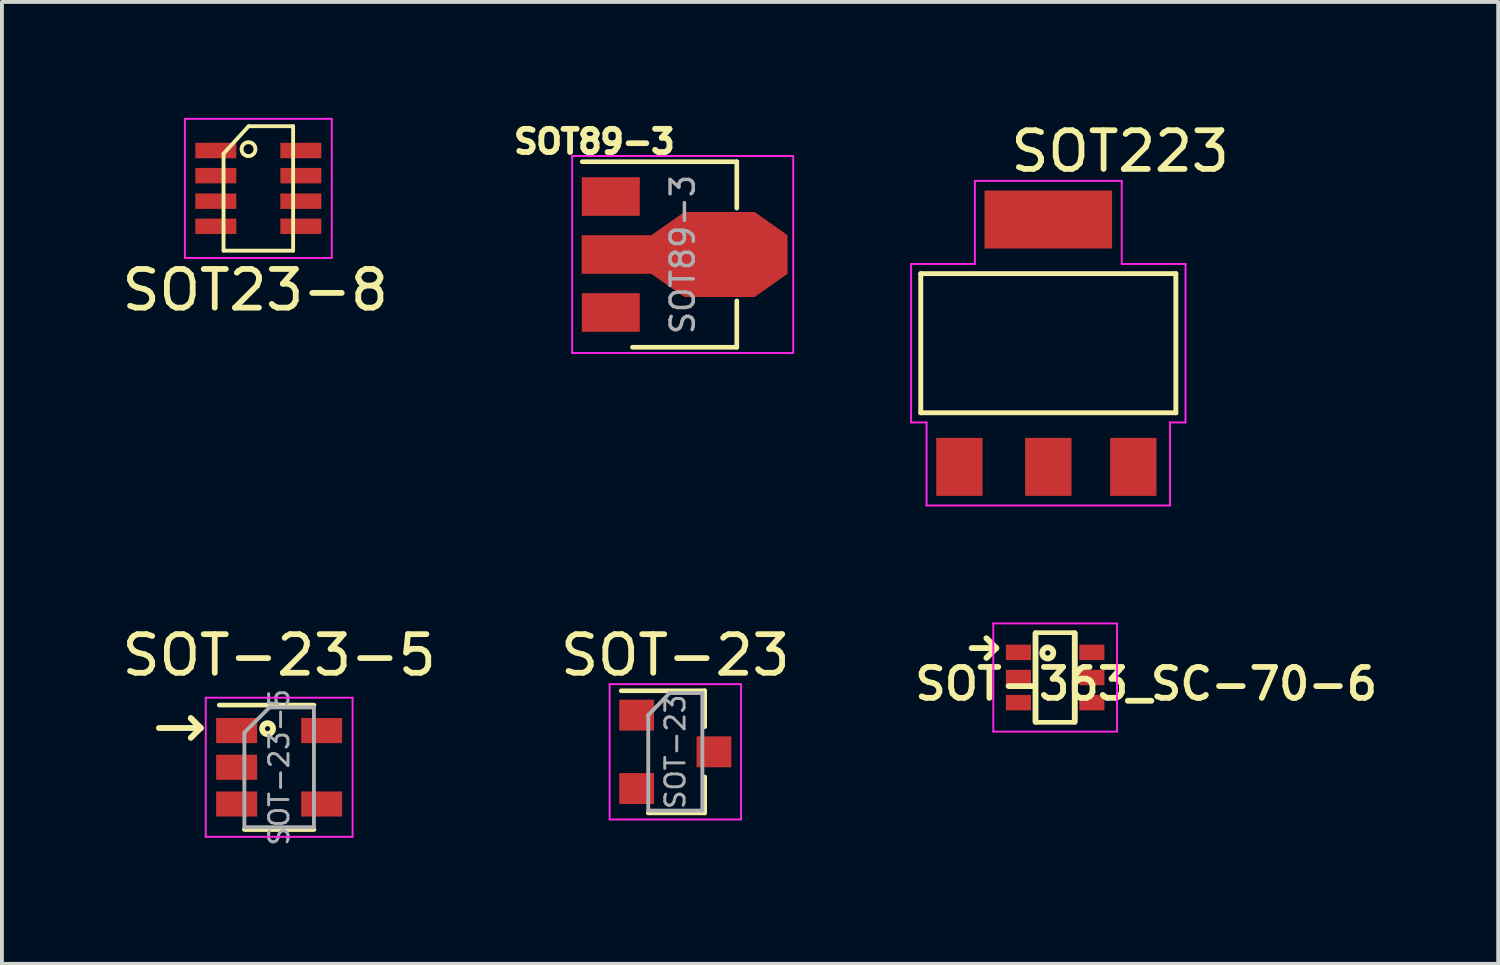
<source format=kicad_pcb>
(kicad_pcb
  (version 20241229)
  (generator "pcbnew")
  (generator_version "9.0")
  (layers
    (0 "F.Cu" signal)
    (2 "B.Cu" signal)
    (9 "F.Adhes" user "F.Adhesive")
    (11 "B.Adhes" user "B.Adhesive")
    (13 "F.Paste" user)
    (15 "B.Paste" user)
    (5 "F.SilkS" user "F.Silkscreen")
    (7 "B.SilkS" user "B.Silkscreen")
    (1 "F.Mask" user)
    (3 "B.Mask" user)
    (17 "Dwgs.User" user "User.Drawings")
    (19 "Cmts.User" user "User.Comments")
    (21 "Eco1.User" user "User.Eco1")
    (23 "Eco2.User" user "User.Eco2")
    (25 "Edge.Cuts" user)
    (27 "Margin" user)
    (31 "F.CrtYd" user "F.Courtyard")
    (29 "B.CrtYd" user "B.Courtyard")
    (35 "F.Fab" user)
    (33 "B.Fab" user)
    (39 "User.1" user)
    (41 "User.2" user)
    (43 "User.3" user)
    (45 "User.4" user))
  (footprint "SOT223"
    (layer "F.Cu")
    (at 24.074 5.83)
    (property "Reference" "SOT223" (at -1.05 -4.38 0) (layer "F.SilkS") (effects (font (size 1 1) (thickness 0.15)) (justify left bottom)))
    (attr through_hole)
    (fp_line (start -3.3 -1.8) (end -3.3 1.8) (stroke (width 0.127) (type solid)) (layer "F.SilkS"))
    (fp_line (start -3.3 1.8) (end 3.3 1.8) (stroke (width 0.127) (type solid)) (layer "F.SilkS"))
    (fp_line (start 3.3 -1.8) (end -3.3 -1.8) (stroke (width 0.127) (type solid)) (layer "F.SilkS"))
    (fp_line (start 3.3 1.8) (end 3.3 -1.8) (stroke (width 0.127) (type solid)) (layer "F.SilkS"))
    (fp_line (start -3.55 -2.05) (end -3.55 2.05) (stroke (width 0.05) (type solid)) (layer "F.CrtYd"))
    (fp_line (start -3.55 2.05) (end -3.15 2.05) (stroke (width 0.05) (type solid)) (layer "F.CrtYd"))
    (fp_line (start -3.15 2.05) (end -3.15 4.2) (stroke (width 0.05) (type solid)) (layer "F.CrtYd"))
    (fp_line (start -3.15 4.2) (end 3.15 4.2) (stroke (width 0.05) (type solid)) (layer "F.CrtYd"))
    (fp_line (start -1.9 -4.2) (end -1.9 -2.05) (stroke (width 0.05) (type solid)) (layer "F.CrtYd"))
    (fp_line (start -1.9 -2.05) (end -3.55 -2.05) (stroke (width 0.05) (type solid)) (layer "F.CrtYd"))
    (fp_line (start 1.9 -4.2) (end -1.9 -4.2) (stroke (width 0.05) (type solid)) (layer "F.CrtYd"))
    (fp_line (start 1.9 -2.05) (end 1.9 -4.2) (stroke (width 0.05) (type solid)) (layer "F.CrtYd"))
    (fp_line (start 3.15 2.05) (end 3.55 2.05) (stroke (width 0.05) (type solid)) (layer "F.CrtYd"))
    (fp_line (start 3.15 4.2) (end 3.15 2.05) (stroke (width 0.05) (type solid)) (layer "F.CrtYd"))
    (fp_line (start 3.55 -2.05) (end 1.9 -2.05) (stroke (width 0.05) (type solid)) (layer "F.CrtYd"))
    (fp_line (start 3.55 2.05) (end 3.55 -2.05) (stroke (width 0.05) (type solid)) (layer "F.CrtYd"))
    (pad "1" smd rect (at -2.3 3.2) (size 1.2 1.5) (layers "F.Cu" "F.Mask" "F.Paste"))
    (pad "2" smd rect (at 0 -3.2) (size 3.3 1.5) (layers "F.Cu" "F.Mask" "F.Paste"))
    (pad "2" smd rect (at 0 3.2) (size 1.2 1.5) (layers "F.Cu" "F.Mask" "F.Paste"))
    (pad "3" smd rect (at 2.2 3.2) (size 1.2 1.5) (layers "F.Cu" "F.Mask" "F.Paste")))
  (footprint "SOT23-8"
    (layer "F.Cu")
    (at 3.634 1.825)
    (property "Reference" "SOT23-8" (at -0.08 2.63 0) (layer "F.SilkS") (effects (font (size 1 1) (thickness 0.15))))
    (attr smd)
    (fp_line (start -0.9 -0.9) (end -0.9 1.61) (stroke (width 0.1) (type solid)) (layer "F.SilkS"))
    (fp_line (start -0.9 -0.9) (end -0.25 -1.61) (stroke (width 0.1) (type solid)) (layer "F.SilkS"))
    (fp_line (start -0.9 1.61) (end 0.9 1.61) (stroke (width 0.1) (type solid)) (layer "F.SilkS"))
    (fp_line (start 0.9 -1.61) (end -0.25 -1.61) (stroke (width 0.1) (type solid)) (layer "F.SilkS"))
    (fp_line (start 0.9 -1.61) (end 0.9 1.61) (stroke (width 0.1) (type solid)) (layer "F.SilkS"))
    (fp_circle (center -0.254 -1.016) (end -0.127 -0.889) (stroke (width 0.1) (type solid)) (fill no) (layer "F.SilkS"))
    (fp_line (start -1.9 -1.8) (end -1.9 1.8) (stroke (width 0.05) (type solid)) (layer "F.CrtYd"))
    (fp_line (start -1.9 1.8) (end 1.9 1.8) (stroke (width 0.05) (type solid)) (layer "F.CrtYd"))
    (fp_line (start 1.9 -1.8) (end -1.9 -1.8) (stroke (width 0.05) (type solid)) (layer "F.CrtYd"))
    (fp_line (start 1.9 1.8) (end 1.9 -1.8) (stroke (width 0.05) (type solid)) (layer "F.CrtYd"))
    (pad "1" smd rect (at -1.1 -0.98) (size 1.06 0.4) (layers "F.Cu" "F.Mask" "F.Paste"))
    (pad "2" smd rect (at -1.1 -0.33) (size 1.06 0.4) (layers "F.Cu" "F.Mask" "F.Paste"))
    (pad "3" smd rect (at -1.1 0.33) (size 1.06 0.4) (layers "F.Cu" "F.Mask" "F.Paste"))
    (pad "4" smd rect (at -1.1 0.98) (size 1.06 0.4) (layers "F.Cu" "F.Mask" "F.Paste"))
    (pad "5" smd rect (at 1.1 0.98) (size 1.06 0.4) (layers "F.Cu" "F.Mask" "F.Paste"))
    (pad "6" smd rect (at 1.1 0.33) (size 1.06 0.4) (layers "F.Cu" "F.Mask" "F.Paste"))
    (pad "7" smd rect (at 1.1 -0.33) (size 1.06 0.4) (layers "F.Cu" "F.Mask" "F.Paste"))
    (pad "8" smd rect (at 1.1 -0.98) (size 1.06 0.4) (layers "F.Cu" "F.Mask" "F.Paste")))
  (footprint "SOT89-3"
    (layer "F.Cu")
    (at 14.234 3.535)
    (property "Reference" "SOT89-3" (at -1.905 -2.921 180) (layer "F.SilkS") (effects (font (size 0.6 0.6) (thickness 0.15))))
    (attr smd)
    (fp_line (start -2.22 -2.4) (end 1.78 -2.4) (stroke (width 0.12) (type solid)) (layer "F.SilkS"))
    (fp_line (start 1.78 -2.4) (end 1.78 -1.2) (stroke (width 0.12) (type solid)) (layer "F.SilkS"))
    (fp_line (start 1.78 1.2) (end 1.78 2.4) (stroke (width 0.12) (type solid)) (layer "F.SilkS"))
    (fp_line (start 1.78 2.4) (end -0.92 2.4) (stroke (width 0.12) (type solid)) (layer "F.SilkS"))
    (fp_line (start -2.48 2.55) (end -2.48 -2.55) (stroke (width 0.05) (type solid)) (layer "F.CrtYd"))
    (fp_line (start -2.48 2.55) (end 3.24 2.55) (stroke (width 0.05) (type solid)) (layer "F.CrtYd"))
    (fp_line (start 3.24 -2.55) (end -2.48 -2.55) (stroke (width 0.05) (type solid)) (layer "F.CrtYd"))
    (fp_line (start 3.24 -2.55) (end 3.24 2.55) (stroke (width 0.05) (type solid)) (layer "F.CrtYd"))
    (fp_text user "${REFERENCE}" (at 0.38 0 90) (layer "F.Fab") (effects (font (size 0.6 0.6) (thickness 0.09))))
    (pad "1" smd rect (at -1.48 -1.5 270) (size 1 1.5) (layers "F.Cu" "F.Mask" "F.Paste"))
    (pad "2" smd rect (at -1.333 0 270) (size 1 1.8) (layers "F.Cu" "F.Mask" "F.Paste"))
    (pad "2" smd trapezoid (at -0.076 0 90) (size 1.5 1) (rect_delta 0 0.7) (layers "F.Cu" "F.Mask" "F.Paste"))
    (pad "2" smd rect (at 1.333 0 270) (size 2.2 1.84) (layers "F.Cu" "F.Mask" "F.Paste"))
    (pad "2" smd trapezoid (at 2.667 0 270) (size 1.6 0.85) (rect_delta 0 0.6) (layers "F.Cu" "F.Mask" "F.Paste"))
    (pad "3" smd rect (at -1.48 1.5 270) (size 1 1.5) (layers "F.Cu" "F.Mask" "F.Paste")))
  (footprint "SOT-23-5"
    (layer "F.Cu")
    (at 4.173 16.803)
    (property "Reference" "SOT-23-5" (at 0 -2.9 0) (layer "F.SilkS") (effects (font (size 1 1) (thickness 0.15))))
    (attr smd)
    (fp_line (start -3.111 -1.016) (end -2.032 -1.016) (stroke (width 0.152) (type solid)) (layer "F.SilkS"))
    (fp_line (start -2.286 -1.27) (end -2.032 -1.016) (stroke (width 0.152) (type solid)) (layer "F.SilkS"))
    (fp_line (start -2.032 -1.016) (end -2.286 -1.27) (stroke (width 0.152) (type solid)) (layer "F.SilkS"))
    (fp_line (start -2.032 -1.016) (end -2.286 -0.762) (stroke (width 0.152) (type solid)) (layer "F.SilkS"))
    (fp_line (start -0.9 1.61) (end 0.9 1.61) (stroke (width 0.12) (type solid)) (layer "F.SilkS"))
    (fp_line (start 0.9 -1.61) (end -1.55 -1.61) (stroke (width 0.12) (type solid)) (layer "F.SilkS"))
    (fp_circle (center -0.3 -1) (end -0.2 -0.9) (stroke (width 0.152) (type solid)) (fill no) (layer "F.SilkS"))
    (fp_line (start -1.9 -1.8) (end 1.9 -1.8) (stroke (width 0.05) (type solid)) (layer "F.CrtYd"))
    (fp_line (start -1.9 1.8) (end -1.9 -1.8) (stroke (width 0.05) (type solid)) (layer "F.CrtYd"))
    (fp_line (start 1.9 -1.8) (end 1.9 1.8) (stroke (width 0.05) (type solid)) (layer "F.CrtYd"))
    (fp_line (start 1.9 1.8) (end -1.9 1.8) (stroke (width 0.05) (type solid)) (layer "F.CrtYd"))
    (fp_line (start -0.9 -0.9) (end -0.9 1.55) (stroke (width 0.1) (type solid)) (layer "F.Fab"))
    (fp_line (start -0.9 -0.9) (end -0.25 -1.55) (stroke (width 0.1) (type solid)) (layer "F.Fab"))
    (fp_line (start 0.9 -1.55) (end -0.25 -1.55) (stroke (width 0.1) (type solid)) (layer "F.Fab"))
    (fp_line (start 0.9 -1.55) (end 0.9 1.55) (stroke (width 0.1) (type solid)) (layer "F.Fab"))
    (fp_line (start 0.9 1.55) (end -0.9 1.55) (stroke (width 0.1) (type solid)) (layer "F.Fab"))
    (fp_text user "${REFERENCE}" (at 0 0 90) (layer "F.Fab") (effects (font (size 0.5 0.5) (thickness 0.075))))
    (pad "1" smd rect (at -1.1 -0.95) (size 1.06 0.65) (layers "F.Cu" "F.Mask" "F.Paste"))
    (pad "2" smd rect (at -1.1 0) (size 1.06 0.65) (layers "F.Cu" "F.Mask" "F.Paste"))
    (pad "3" smd rect (at -1.1 0.95) (size 1.06 0.65) (layers "F.Cu" "F.Mask" "F.Paste"))
    (pad "4" smd rect (at 1.1 0.95) (size 1.06 0.65) (layers "F.Cu" "F.Mask" "F.Paste"))
    (pad "5" smd rect (at 1.1 -0.95) (size 1.06 0.65) (layers "F.Cu" "F.Mask" "F.Paste")))
  (footprint "SOT-363_SC-70-6"
    (layer "F.Cu")
    (at 24.251 14.48)
    (property "Reference" "SOT-363_SC-70-6" (at 2.356 0.164 0) (layer "F.SilkS") (effects (font (size 0.8 0.8) (thickness 0.15))))
    (attr smd)
    (fp_line (start -2.159 -0.762) (end -1.524 -0.762) (stroke (width 0.152) (type solid)) (layer "F.SilkS"))
    (fp_line (start -1.524 -0.762) (end -1.778 -1.016) (stroke (width 0.152) (type solid)) (layer "F.SilkS"))
    (fp_line (start -1.524 -0.762) (end -1.778 -0.508) (stroke (width 0.152) (type solid)) (layer "F.SilkS"))
    (fp_line (start -0.508 -1.143) (end -0.508 1.143) (stroke (width 0.152) (type solid)) (layer "F.SilkS"))
    (fp_line (start -0.508 1.16) (end 0.508 1.16) (stroke (width 0.12) (type solid)) (layer "F.SilkS"))
    (fp_line (start 0.508 -1.16) (end -0.508 -1.16) (stroke (width 0.12) (type solid)) (layer "F.SilkS"))
    (fp_line (start 0.508 -1.143) (end 0.508 1.143) (stroke (width 0.152) (type solid)) (layer "F.SilkS"))
    (fp_circle (center -0.191 -0.635) (end -0.127 -0.508) (stroke (width 0.152) (type solid)) (fill no) (layer "F.SilkS"))
    (fp_line (start -1.6 -1.4) (end -1.6 1.4) (stroke (width 0.05) (type solid)) (layer "F.CrtYd"))
    (fp_line (start -1.6 -1.4) (end 1.6 -1.4) (stroke (width 0.05) (type solid)) (layer "F.CrtYd"))
    (fp_line (start -1.6 1.4) (end 1.6 1.4) (stroke (width 0.05) (type solid)) (layer "F.CrtYd"))
    (fp_line (start 1.6 1.4) (end 1.6 -1.4) (stroke (width 0.05) (type solid)) (layer "F.CrtYd"))
    (pad "1" smd rect (at -0.95 -0.65) (size 0.65 0.4) (layers "F.Cu" "F.Mask" "F.Paste"))
    (pad "2" smd rect (at -0.95 0) (size 0.65 0.4) (layers "F.Cu" "F.Mask" "F.Paste"))
    (pad "3" smd rect (at -0.95 0.65) (size 0.65 0.4) (layers "F.Cu" "F.Mask" "F.Paste"))
    (pad "4" smd rect (at 0.95 0.65) (size 0.65 0.4) (layers "F.Cu" "F.Mask" "F.Paste"))
    (pad "5" smd rect (at 0.95 0) (size 0.65 0.4) (layers "F.Cu" "F.Mask" "F.Paste"))
    (pad "6" smd rect (at 0.95 -0.65) (size 0.65 0.4) (layers "F.Cu" "F.Mask" "F.Paste")))
  (footprint "SOT-23"
    (layer "F.Cu")
    (at 14.423 16.403)
    (property "Reference" "SOT-23" (at 0 -2.5 0) (layer "F.SilkS") (effects (font (size 1 1) (thickness 0.15))))
    (attr smd)
    (fp_line (start 0.76 -1.58) (end -1.4 -1.58) (stroke (width 0.12) (type solid)) (layer "F.SilkS"))
    (fp_line (start 0.76 -1.58) (end 0.76 -0.65) (stroke (width 0.12) (type solid)) (layer "F.SilkS"))
    (fp_line (start 0.76 1.58) (end -0.7 1.58) (stroke (width 0.12) (type solid)) (layer "F.SilkS"))
    (fp_line (start 0.76 1.58) (end 0.76 0.65) (stroke (width 0.12) (type solid)) (layer "F.SilkS"))
    (fp_line (start -1.7 -1.75) (end 1.7 -1.75) (stroke (width 0.05) (type solid)) (layer "F.CrtYd"))
    (fp_line (start -1.7 1.75) (end -1.7 -1.75) (stroke (width 0.05) (type solid)) (layer "F.CrtYd"))
    (fp_line (start 1.7 -1.75) (end 1.7 1.75) (stroke (width 0.05) (type solid)) (layer "F.CrtYd"))
    (fp_line (start 1.7 1.75) (end -1.7 1.75) (stroke (width 0.05) (type solid)) (layer "F.CrtYd"))
    (fp_line (start -0.7 -0.95) (end -0.7 1.5) (stroke (width 0.1) (type solid)) (layer "F.Fab"))
    (fp_line (start -0.7 -0.95) (end -0.15 -1.52) (stroke (width 0.1) (type solid)) (layer "F.Fab"))
    (fp_line (start -0.7 1.52) (end 0.7 1.52) (stroke (width 0.1) (type solid)) (layer "F.Fab"))
    (fp_line (start -0.15 -1.52) (end 0.7 -1.52) (stroke (width 0.1) (type solid)) (layer "F.Fab"))
    (fp_line (start 0.7 -1.52) (end 0.7 1.52) (stroke (width 0.1) (type solid)) (layer "F.Fab"))
    (fp_text user "${REFERENCE}" (at 0 0 90) (layer "F.Fab") (effects (font (size 0.5 0.5) (thickness 0.075))))
    (pad "1" smd rect (at -1 -0.95) (size 0.9 0.8) (layers "F.Cu" "F.Mask" "F.Paste"))
    (pad "2" smd rect (at -1 0.95) (size 0.9 0.8) (layers "F.Cu" "F.Mask" "F.Paste"))
    (pad "3" smd rect (at 1 0) (size 0.9 0.8) (layers "F.Cu" "F.Mask" "F.Paste")))
  (gr_rect
    (start -3 -3)
    (end 35.714 21.89)
    (stroke (width 0.1) (type default))
    (fill no)
    (layer "Edge.Cuts")))
</source>
